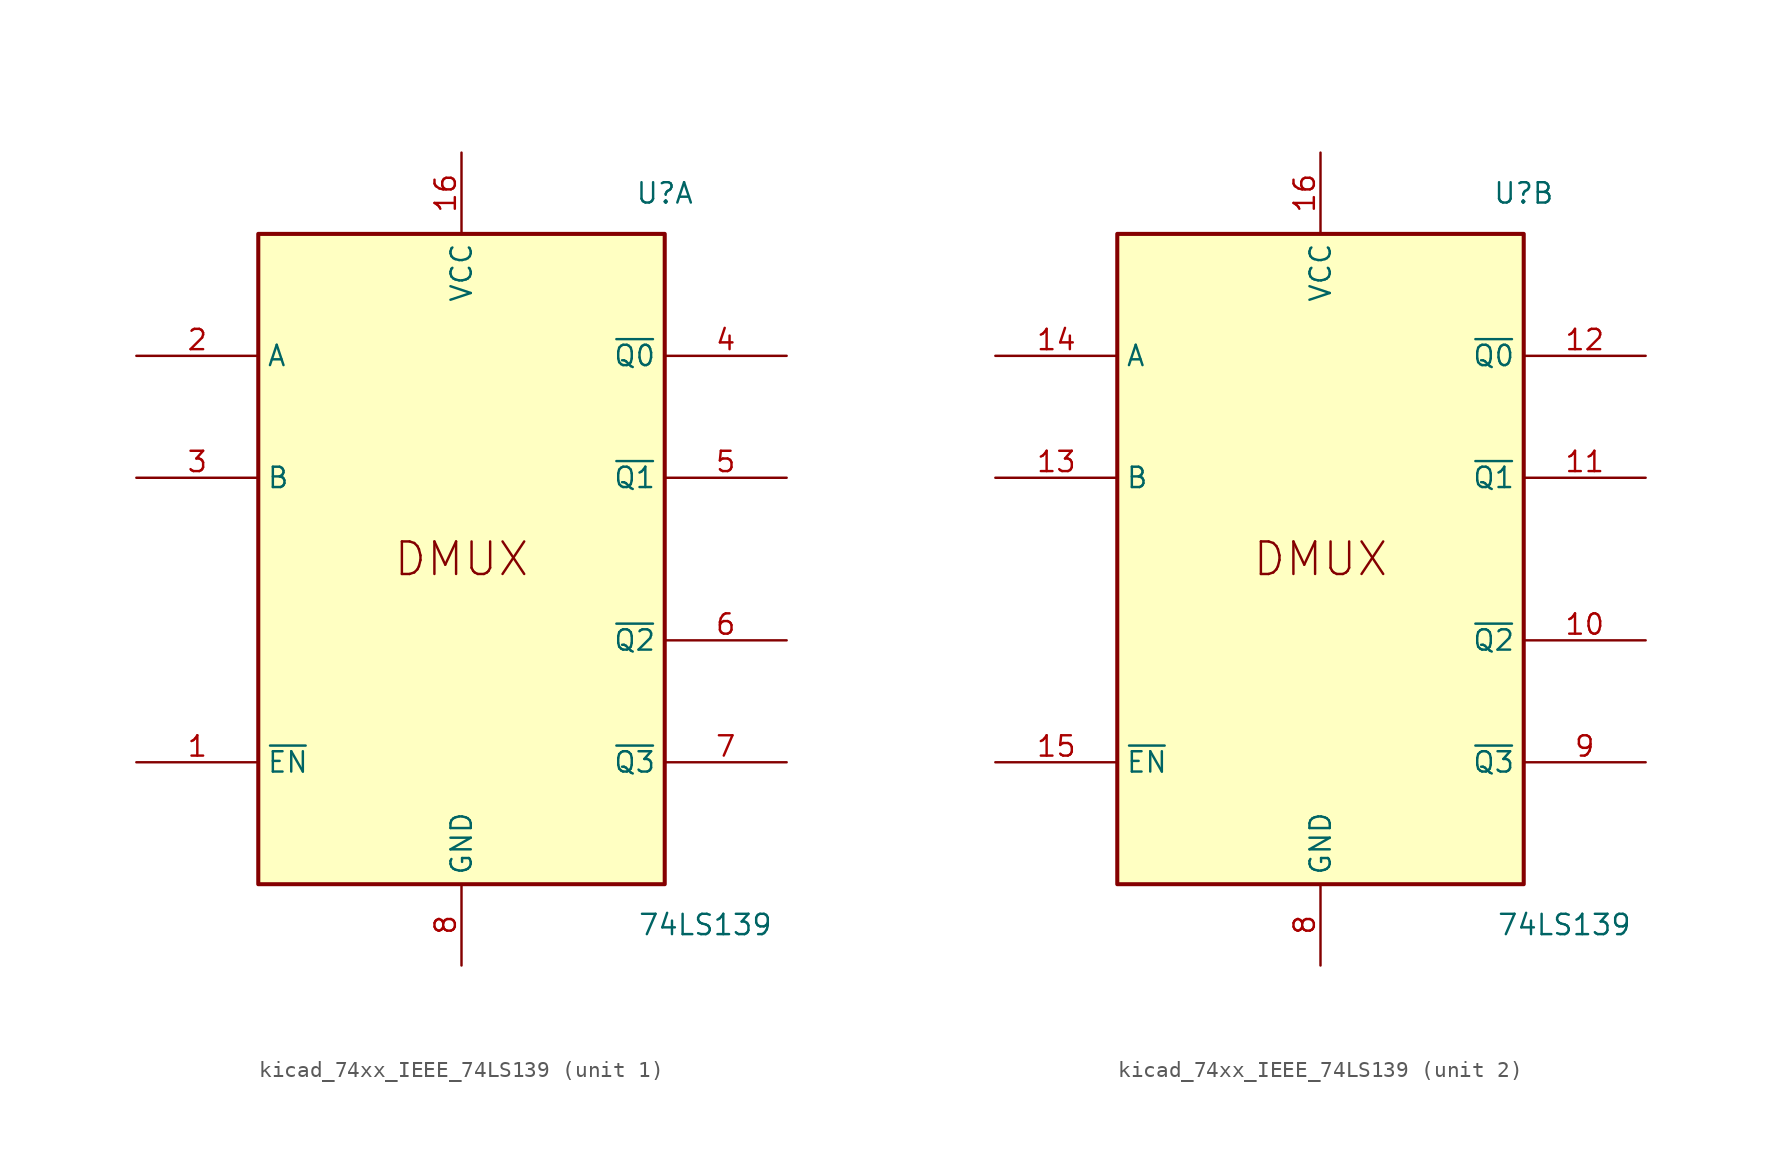
<source format=kicad_sym>
(kicad_symbol_lib
  (version 20220914)
  (generator kicad_symbol_editor)
  (symbol "kicad_74xx_IEEE_74LS139"
    (property "Reference" "U"
      (at 12.7 22.86 0)
      (effects (font (size 1.27 1.27))))
    (property "Value" "74LS139"
      (at 15.24 -22.86 0)
      (effects (font (size 1.27 1.27))))
    (symbol "kicad_74xx_IEEE_74LS139_0_0"
      (rectangle (start -12.7 20.32) (end 12.7 -20.32) (stroke (width 0.254) (type default)) (fill (type background)))
      (text "DMUX" (at 0 0 0) (effects (font (size 2.032 2.032))))
      (pin power_in line (at 0 25.4 270) (length 5.08) (name "VCC" (effects (font (size 1.27 1.27)))) (number "16" (effects (font (size 1.27 1.27)))))
      (pin power_in line (at 0 -25.4 90) (length 5.08) (name "GND" (effects (font (size 1.27 1.27)))) (number "8" (effects (font (size 1.27 1.27))))))
    (symbol "kicad_74xx_IEEE_74LS139_1_1"
      (pin input line (at -20.32 -12.7 0) (length 7.62) (name "~{EN}" (effects (font (size 1.27 1.27)))) (number "1" (effects (font (size 1.27 1.27)))))
      (pin input line (at -20.32 12.7 0) (length 7.62) (name "A" (effects (font (size 1.27 1.27)))) (number "2" (effects (font (size 1.27 1.27)))))
      (pin input line (at -20.32 5.08 0) (length 7.62) (name "B" (effects (font (size 1.27 1.27)))) (number "3" (effects (font (size 1.27 1.27)))))
      (pin output line (at 20.32 12.7 180) (length 7.62) (name "~{Q0}" (effects (font (size 1.27 1.27)))) (number "4" (effects (font (size 1.27 1.27)))))
      (pin output line (at 20.32 5.08 180) (length 7.62) (name "~{Q1}" (effects (font (size 1.27 1.27)))) (number "5" (effects (font (size 1.27 1.27)))))
      (pin output line (at 20.32 -5.08 180) (length 7.62) (name "~{Q2}" (effects (font (size 1.27 1.27)))) (number "6" (effects (font (size 1.27 1.27)))))
      (pin output line (at 20.32 -12.7 180) (length 7.62) (name "~{Q3}" (effects (font (size 1.27 1.27)))) (number "7" (effects (font (size 1.27 1.27))))))
    (symbol "kicad_74xx_IEEE_74LS139_2_1"
      (pin output line (at 20.32 -5.08 180) (length 7.62) (name "~{Q2}" (effects (font (size 1.27 1.27)))) (number "10" (effects (font (size 1.27 1.27)))))
      (pin output line (at 20.32 5.08 180) (length 7.62) (name "~{Q1}" (effects (font (size 1.27 1.27)))) (number "11" (effects (font (size 1.27 1.27)))))
      (pin output line (at 20.32 12.7 180) (length 7.62) (name "~{Q0}" (effects (font (size 1.27 1.27)))) (number "12" (effects (font (size 1.27 1.27)))))
      (pin input line (at -20.32 5.08 0) (length 7.62) (name "B" (effects (font (size 1.27 1.27)))) (number "13" (effects (font (size 1.27 1.27)))))
      (pin input line (at -20.32 12.7 0) (length 7.62) (name "A" (effects (font (size 1.27 1.27)))) (number "14" (effects (font (size 1.27 1.27)))))
      (pin input line (at -20.32 -12.7 0) (length 7.62) (name "~{EN}" (effects (font (size 1.27 1.27)))) (number "15" (effects (font (size 1.27 1.27)))))
      (pin output line (at 20.32 -12.7 180) (length 7.62) (name "~{Q3}" (effects (font (size 1.27 1.27)))) (number "9" (effects (font (size 1.27 1.27))))))))
</source>
